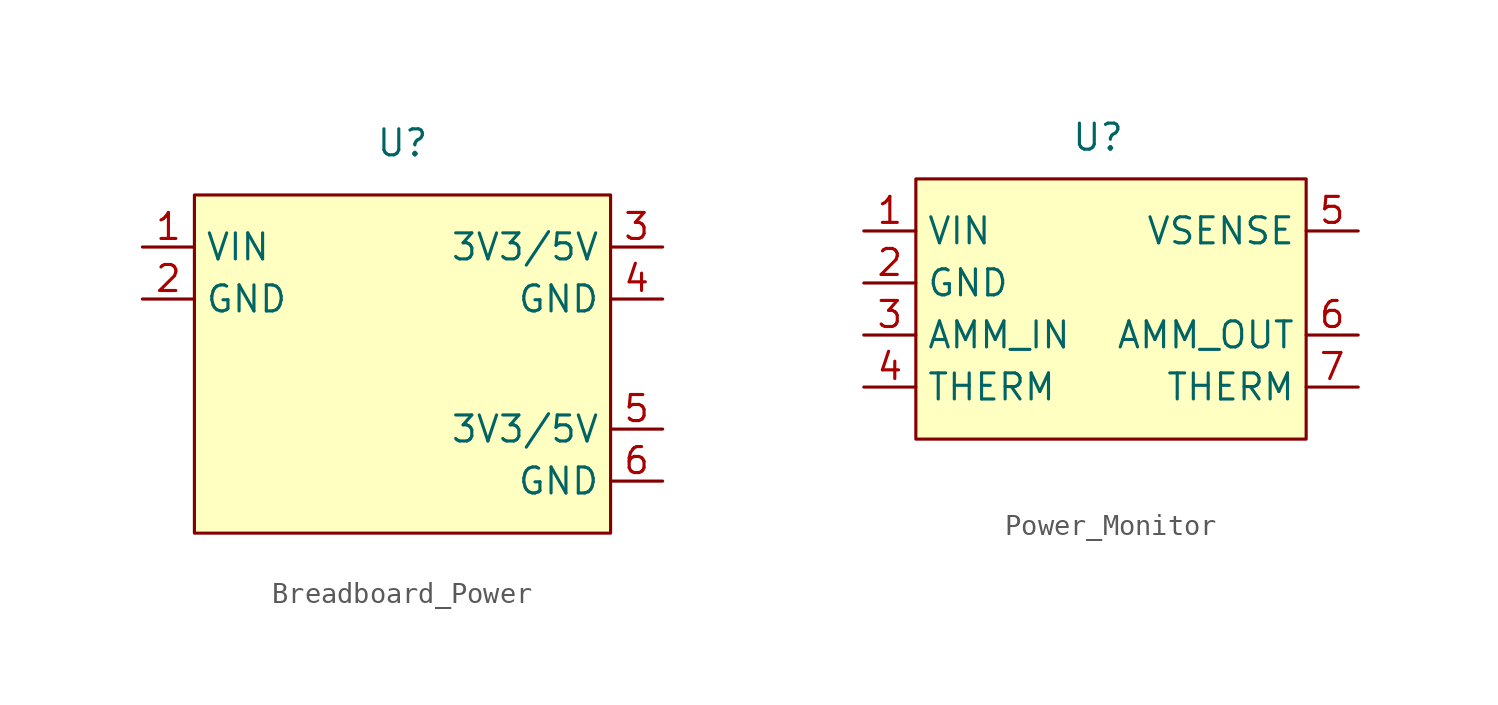
<source format=kicad_sym>
(kicad_symbol_lib
  (version 20241209)
  (generator "kicad_symbol_editor")
  (generator_version "9.0")
  (symbol "Breadboard_Power"
    (property "Reference" "U"
      (at 0 0 0)
      (effects (font (size 1.27 1.27))))
    (property "Value" ""
      (at 0 0 0)
      (effects (font (size 1.27 1.27))))
    (symbol "Breadboard_Power_0_1"
      (rectangle (start -10.16 -2.54) (end 10.16 -19.05) (stroke (width 0) (type default)) (fill (type background))))
    (symbol "Breadboard_Power_1_1"
      (pin input line (at -12.7 -5.08 0) (length 2.54) (name "VIN" (effects (font (size 1.27 1.27)))) (number "1" (effects (font (size 1.27 1.27)))))
      (pin input line (at -12.7 -7.62 0) (length 2.54) (name "GND" (effects (font (size 1.27 1.27)))) (number "2" (effects (font (size 1.27 1.27)))))
      (pin output line (at 12.7 -5.08 180) (length 2.54) (name "3V3/5V" (effects (font (size 1.27 1.27)))) (number "3" (effects (font (size 1.27 1.27)))))
      (pin output line (at 12.7 -7.62 180) (length 2.54) (name "GND" (effects (font (size 1.27 1.27)))) (number "4" (effects (font (size 1.27 1.27)))))
      (pin output line (at 12.7 -13.97 180) (length 2.54) (name "3V3/5V" (effects (font (size 1.27 1.27)))) (number "5" (effects (font (size 1.27 1.27)))))
      (pin output line (at 12.7 -16.51 180) (length 2.54) (name "GND" (effects (font (size 1.27 1.27)))) (number "6" (effects (font (size 1.27 1.27)))))))
  (symbol "Power_Monitor"
    (property "Reference" "U"
      (at 1.27 16.002 0)
      (effects (font (size 1.27 1.27))))
    (property "Value" ""
      (at 0 0 0)
      (effects (font (size 1.27 1.27))))
    (symbol "Power_Monitor_0_1"
      (rectangle (start -7.62 13.97) (end 11.43 1.27) (stroke (width 0) (type default)) (fill (type background))))
    (symbol "Power_Monitor_1_1"
      (pin input line (at -10.16 11.43 0) (length 2.54) (name "VIN" (effects (font (size 1.27 1.27)))) (number "1" (effects (font (size 1.27 1.27)))))
      (pin input line (at -10.16 8.89 0) (length 2.54) (name "GND" (effects (font (size 1.27 1.27)))) (number "2" (effects (font (size 1.27 1.27)))))
      (pin input line (at -10.16 6.35 0) (length 2.54) (name "AMM_IN" (effects (font (size 1.27 1.27)))) (number "3" (effects (font (size 1.27 1.27)))))
      (pin input line (at -10.16 3.81 0) (length 2.54) (name "THERM" (effects (font (size 1.27 1.27)))) (number "4" (effects (font (size 1.27 1.27)))))
      (pin input line (at 13.97 11.43 180) (length 2.54) (name "VSENSE" (effects (font (size 1.27 1.27)))) (number "5" (effects (font (size 1.27 1.27)))))
      (pin input line (at 13.97 6.35 180) (length 2.54) (name "AMM_OUT" (effects (font (size 1.27 1.27)))) (number "6" (effects (font (size 1.27 1.27)))))
      (pin input line (at 13.97 3.81 180) (length 2.54) (name "THERM" (effects (font (size 1.27 1.27)))) (number "7" (effects (font (size 1.27 1.27))))))))
</source>
